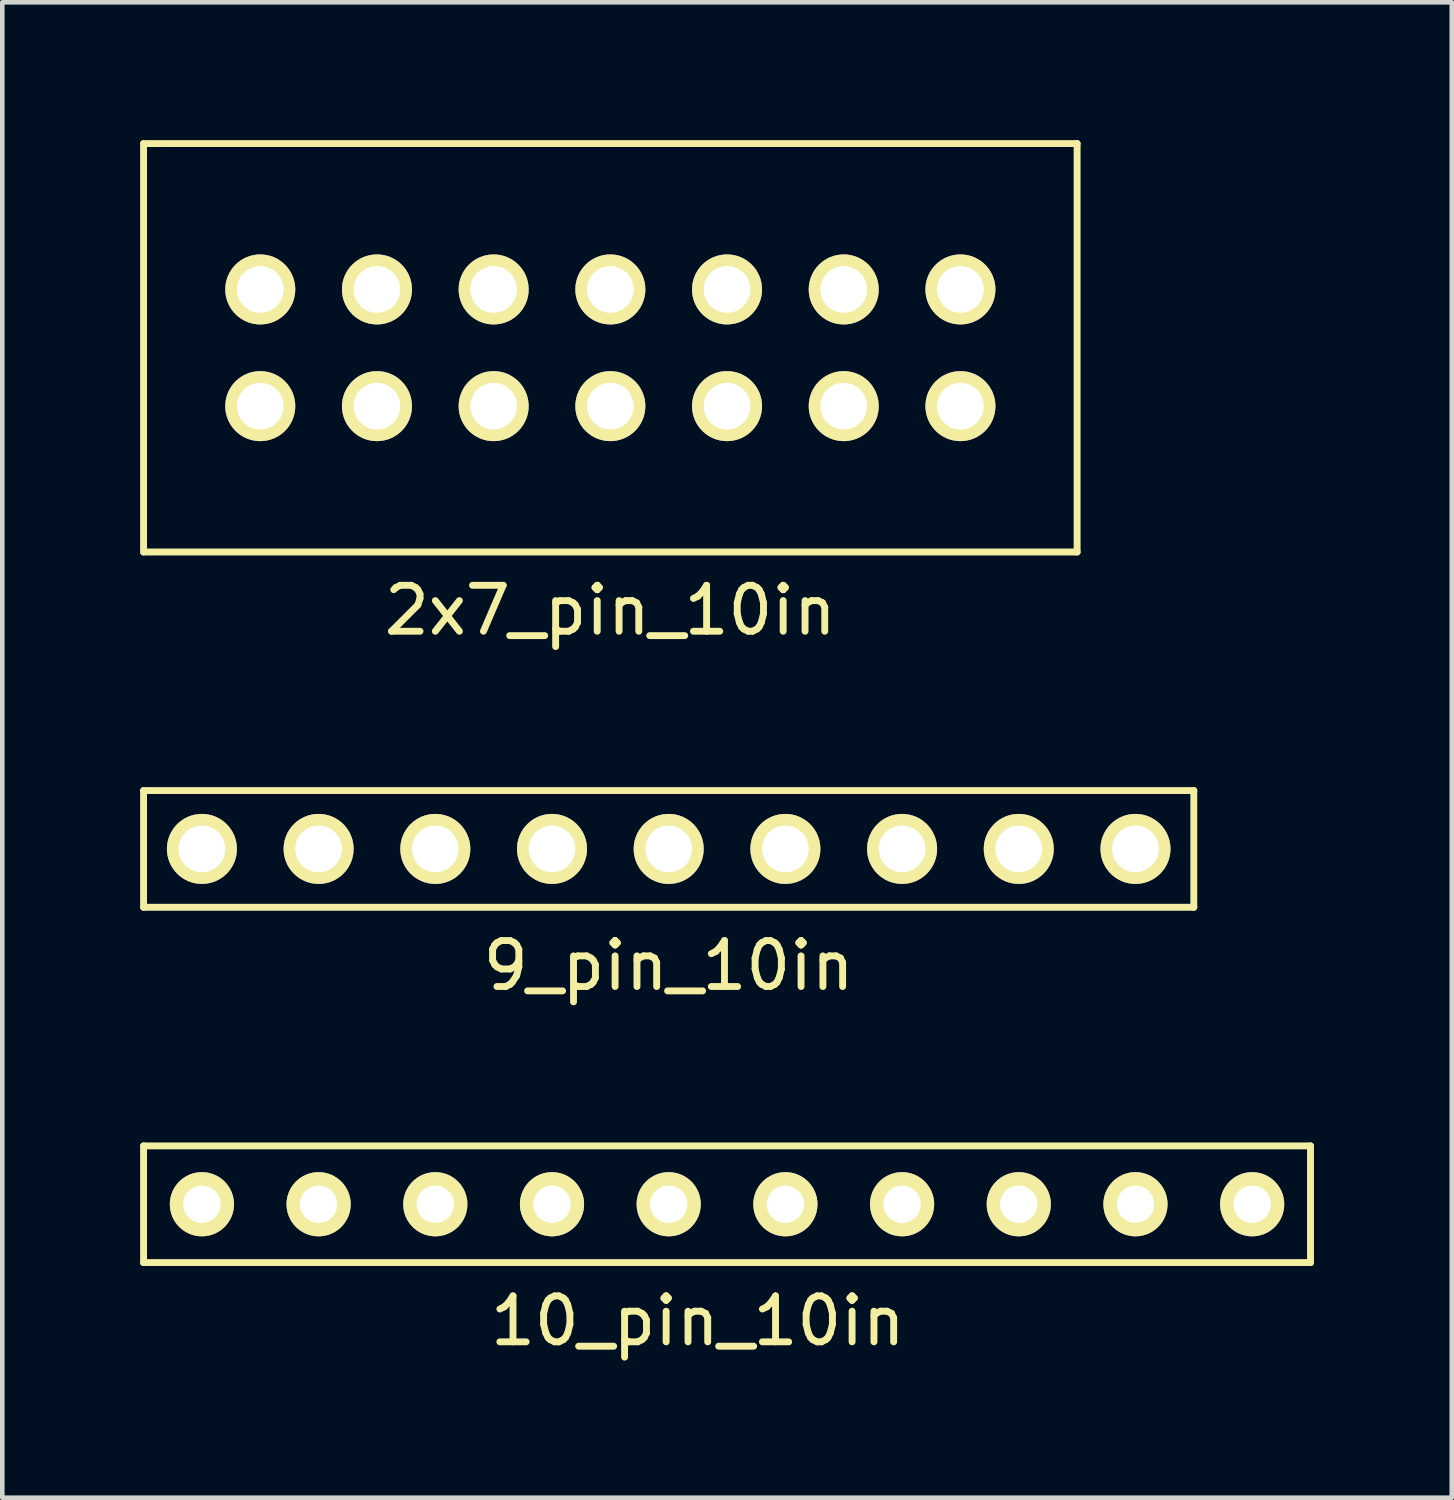
<source format=kicad_pcb>
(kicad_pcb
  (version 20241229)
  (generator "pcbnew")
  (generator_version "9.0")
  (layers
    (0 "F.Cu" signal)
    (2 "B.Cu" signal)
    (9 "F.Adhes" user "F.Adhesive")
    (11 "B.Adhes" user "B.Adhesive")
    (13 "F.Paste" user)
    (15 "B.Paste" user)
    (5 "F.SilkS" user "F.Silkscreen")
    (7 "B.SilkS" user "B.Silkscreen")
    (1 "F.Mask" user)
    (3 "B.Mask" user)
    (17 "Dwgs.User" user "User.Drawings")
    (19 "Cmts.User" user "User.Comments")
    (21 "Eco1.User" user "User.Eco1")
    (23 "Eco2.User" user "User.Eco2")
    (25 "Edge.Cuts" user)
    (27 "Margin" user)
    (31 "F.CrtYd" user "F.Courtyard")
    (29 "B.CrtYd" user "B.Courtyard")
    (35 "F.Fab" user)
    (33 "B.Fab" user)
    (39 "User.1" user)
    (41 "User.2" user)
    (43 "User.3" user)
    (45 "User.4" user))
  (footprint "10_pin_10in"
    (layer "F.Cu")
    (at 12.775 23.162)
    (property "Reference" "10_pin_10in" (at -0.635 2.54 0) (layer "F.SilkS") (effects (font (size 1 1) (thickness 0.15))))
    (attr through_hole)
    (fp_line (start -12.7 1.27) (end -12.7 -1.27) (stroke (width 0.15) (type solid)) (layer "F.SilkS"))
    (fp_line (start -12.7 1.27) (end 12.7 1.27) (stroke (width 0.15) (type solid)) (layer "F.SilkS"))
    (fp_line (start 12.7 -1.27) (end -12.7 -1.27) (stroke (width 0.15) (type solid)) (layer "F.SilkS"))
    (fp_line (start 12.7 1.27) (end 12.7 -1.27) (stroke (width 0.15) (type solid)) (layer "F.SilkS"))
    (pad "1" thru_hole circle (at -11.43 0) (size 1.397 1.397) (drill 0.813) (layers "*.Cu" "*.Mask" "F.SilkS"))
    (pad "2" thru_hole circle (at -8.89 0) (size 1.397 1.397) (drill 0.813) (layers "*.Cu" "*.Mask" "F.SilkS"))
    (pad "3" thru_hole circle (at -6.35 0) (size 1.397 1.397) (drill 0.813) (layers "*.Cu" "*.Mask" "F.SilkS"))
    (pad "4" thru_hole circle (at -3.81 0) (size 1.397 1.397) (drill 0.813) (layers "*.Cu" "*.Mask" "F.SilkS"))
    (pad "5" thru_hole circle (at -1.27 0) (size 1.397 1.397) (drill 0.813) (layers "*.Cu" "*.Mask" "F.SilkS"))
    (pad "6" thru_hole circle (at 1.27 0) (size 1.397 1.397) (drill 0.813) (layers "*.Cu" "*.Mask" "F.SilkS"))
    (pad "7" thru_hole circle (at 3.81 0) (size 1.397 1.397) (drill 0.813) (layers "*.Cu" "*.Mask" "F.SilkS"))
    (pad "8" thru_hole circle (at 6.35 0) (size 1.397 1.397) (drill 0.813) (layers "*.Cu" "*.Mask" "F.SilkS"))
    (pad "9" thru_hole circle (at 8.89 0) (size 1.397 1.397) (drill 0.813) (layers "*.Cu" "*.Mask" "F.SilkS"))
    (pad "10" thru_hole circle (at 11.43 0) (size 1.397 1.397) (drill 0.813) (layers "*.Cu" "*.Mask" "F.SilkS")))
  (footprint "9_pin_10in"
    (layer "F.Cu")
    (at 11.505 15.428)
    (property "Reference" "9_pin_10in" (at 0 2.54 0) (layer "F.SilkS") (effects (font (size 1 1) (thickness 0.15))))
    (attr through_hole)
    (fp_line (start -11.43 -1.27) (end -11.43 1.27) (stroke (width 0.15) (type solid)) (layer "F.SilkS"))
    (fp_line (start -11.43 1.27) (end 11.43 1.27) (stroke (width 0.15) (type solid)) (layer "F.SilkS"))
    (fp_line (start 11.43 -1.27) (end -11.43 -1.27) (stroke (width 0.15) (type solid)) (layer "F.SilkS"))
    (fp_line (start 11.43 1.27) (end 11.43 -1.27) (stroke (width 0.15) (type solid)) (layer "F.SilkS"))
    (pad "1" thru_hole circle (at -10.16 0) (size 1.524 1.524) (drill 1.016) (layers "*.Cu" "*.Mask" "F.SilkS"))
    (pad "2" thru_hole circle (at -7.62 0) (size 1.524 1.524) (drill 1.016) (layers "*.Cu" "*.Mask" "F.SilkS"))
    (pad "3" thru_hole circle (at -5.08 0) (size 1.524 1.524) (drill 1.016) (layers "*.Cu" "*.Mask" "F.SilkS"))
    (pad "4" thru_hole circle (at -2.54 0) (size 1.524 1.524) (drill 1.016) (layers "*.Cu" "*.Mask" "F.SilkS"))
    (pad "5" thru_hole circle (at 0 0) (size 1.524 1.524) (drill 1.016) (layers "*.Cu" "*.Mask" "F.SilkS"))
    (pad "6" thru_hole circle (at 2.54 0) (size 1.524 1.524) (drill 1.016) (layers "*.Cu" "*.Mask" "F.SilkS"))
    (pad "7" thru_hole circle (at 5.08 0) (size 1.524 1.524) (drill 1.016) (layers "*.Cu" "*.Mask" "F.SilkS"))
    (pad "8" thru_hole circle (at 7.62 0) (size 1.524 1.524) (drill 1.016) (layers "*.Cu" "*.Mask" "F.SilkS"))
    (pad "9" thru_hole circle (at 10.16 0) (size 1.524 1.524) (drill 1.016) (layers "*.Cu" "*.Mask" "F.SilkS")))
  (footprint "2x7_pin_10in"
    (layer "F.Cu")
    (at 10.235 4.52)
    (property "Reference" "2x7_pin_10in" (at 0 5.715 0) (layer "F.SilkS") (effects (font (size 1 1) (thickness 0.15))))
    (attr through_hole)
    (fp_line (start -10.16 -4.445) (end -10.16 4.445) (stroke (width 0.15) (type solid)) (layer "F.SilkS"))
    (fp_line (start -10.16 4.445) (end 10.16 4.445) (stroke (width 0.15) (type solid)) (layer "F.SilkS"))
    (fp_line (start 10.16 -4.445) (end -10.16 -4.445) (stroke (width 0.15) (type solid)) (layer "F.SilkS"))
    (fp_line (start 10.16 4.445) (end 10.16 -4.445) (stroke (width 0.15) (type solid)) (layer "F.SilkS"))
    (pad "1" thru_hole circle (at -7.62 1.27) (size 1.524 1.524) (drill 1.016) (layers "*.Cu" "*.Mask" "F.SilkS"))
    (pad "2" thru_hole circle (at -7.62 -1.27) (size 1.524 1.524) (drill 1.016) (layers "*.Cu" "*.Mask" "F.SilkS"))
    (pad "3" thru_hole circle (at -5.08 1.27) (size 1.524 1.524) (drill 1.016) (layers "*.Cu" "*.Mask" "F.SilkS"))
    (pad "4" thru_hole circle (at -5.08 -1.27) (size 1.524 1.524) (drill 1.016) (layers "*.Cu" "*.Mask" "F.SilkS"))
    (pad "5" thru_hole circle (at -2.54 1.27) (size 1.524 1.524) (drill 1.016) (layers "*.Cu" "*.Mask" "F.SilkS"))
    (pad "6" thru_hole circle (at -2.54 -1.27) (size 1.524 1.524) (drill 1.016) (layers "*.Cu" "*.Mask" "F.SilkS"))
    (pad "7" thru_hole circle (at 0 1.27) (size 1.524 1.524) (drill 1.016) (layers "*.Cu" "*.Mask" "F.SilkS"))
    (pad "8" thru_hole circle (at 0 -1.27) (size 1.524 1.524) (drill 1.016) (layers "*.Cu" "*.Mask" "F.SilkS"))
    (pad "9" thru_hole circle (at 2.54 1.27) (size 1.524 1.524) (drill 1.016) (layers "*.Cu" "*.Mask" "F.SilkS"))
    (pad "10" thru_hole circle (at 2.54 -1.27) (size 1.524 1.524) (drill 1.016) (layers "*.Cu" "*.Mask" "F.SilkS"))
    (pad "11" thru_hole circle (at 5.08 1.27) (size 1.524 1.524) (drill 1.016) (layers "*.Cu" "*.Mask" "F.SilkS"))
    (pad "12" thru_hole circle (at 5.08 -1.27) (size 1.524 1.524) (drill 1.016) (layers "*.Cu" "*.Mask" "F.SilkS"))
    (pad "13" thru_hole circle (at 7.62 1.27) (size 1.524 1.524) (drill 1.016) (layers "*.Cu" "*.Mask" "F.SilkS"))
    (pad "14" thru_hole circle (at 7.62 -1.27) (size 1.524 1.524) (drill 1.016) (layers "*.Cu" "*.Mask" "F.SilkS")))
  (gr_rect
    (start -3 -3)
    (end 28.55 29.55)
    (stroke (width 0.1) (type default))
    (fill no)
    (layer "Edge.Cuts")))
</source>
